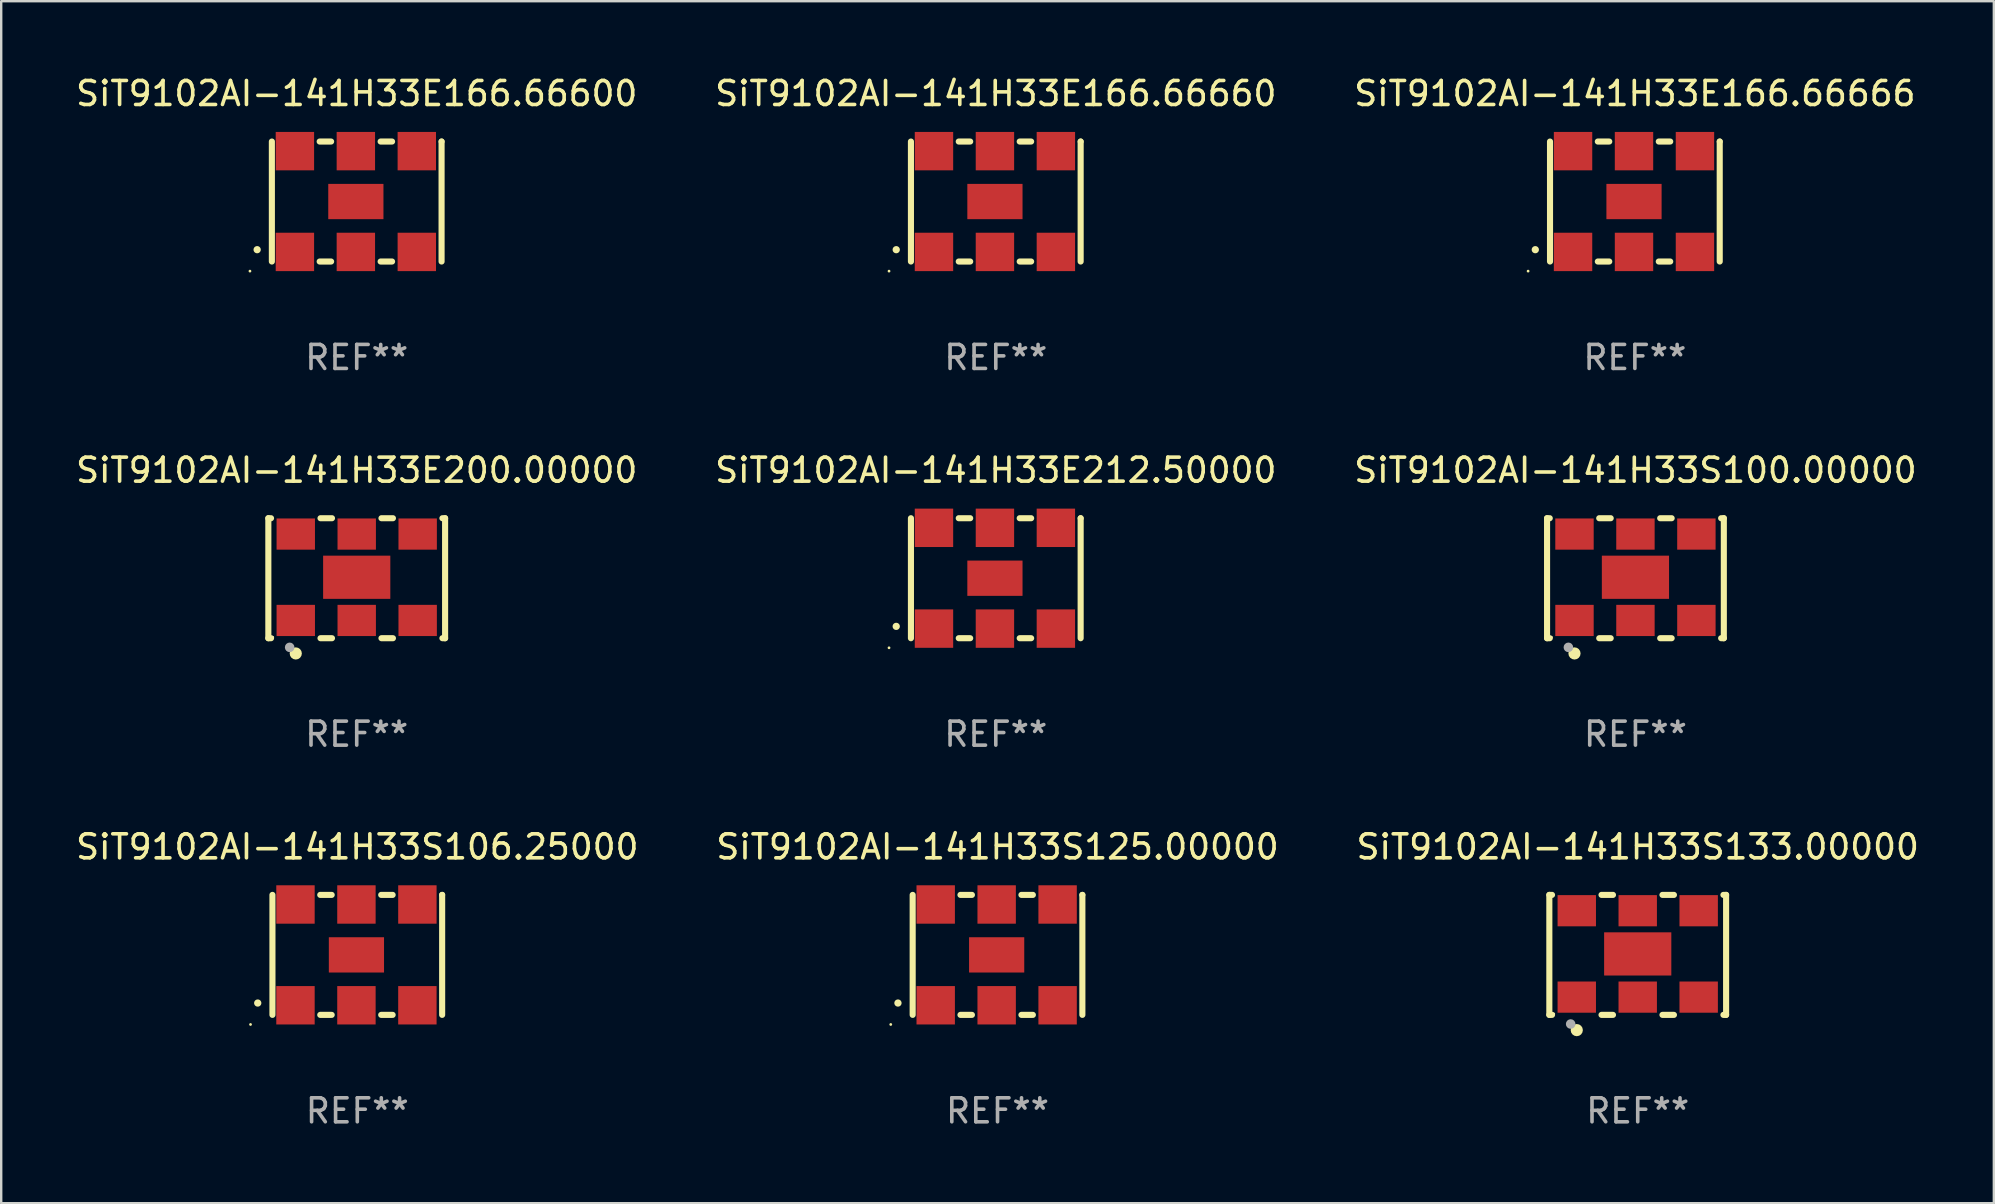
<source format=kicad_pcb>
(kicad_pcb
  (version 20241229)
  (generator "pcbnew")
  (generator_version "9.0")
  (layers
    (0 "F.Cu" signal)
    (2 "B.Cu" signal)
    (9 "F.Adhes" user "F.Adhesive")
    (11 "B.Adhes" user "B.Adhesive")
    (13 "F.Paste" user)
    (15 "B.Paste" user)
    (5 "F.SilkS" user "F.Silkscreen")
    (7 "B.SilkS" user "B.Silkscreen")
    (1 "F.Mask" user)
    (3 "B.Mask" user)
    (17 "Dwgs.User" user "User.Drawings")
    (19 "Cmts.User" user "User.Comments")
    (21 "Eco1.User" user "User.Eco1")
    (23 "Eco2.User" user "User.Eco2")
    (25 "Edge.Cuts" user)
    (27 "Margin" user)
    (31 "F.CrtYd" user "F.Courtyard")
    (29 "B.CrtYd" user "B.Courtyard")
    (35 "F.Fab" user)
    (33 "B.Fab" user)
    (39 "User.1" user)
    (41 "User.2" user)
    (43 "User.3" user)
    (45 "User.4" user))
  (footprint "SiT9102AI-141H33E166.66660"
    (layer "F.Cu")
    (at 38.446 5.348)
    (property "Reference" "SiT9102AI-141H33E166.66660" (at 0 -4.5 0) (layer "F.SilkS") (effects (font (size 1 1) (thickness 0.15))))
    (attr through_hole)
    (fp_line (start -3.536 -2.5) (end -3.536 2.5) (stroke (width 0.254) (type solid)) (layer "F.SilkS"))
    (fp_line (start -1.544 2.5) (end -1.067 2.5) (stroke (width 0.254) (type solid)) (layer "F.SilkS"))
    (fp_line (start -1.067 -2.5) (end -1.544 -2.5) (stroke (width 0.254) (type solid)) (layer "F.SilkS"))
    (fp_line (start 0.996 2.5) (end 1.473 2.5) (stroke (width 0.254) (type solid)) (layer "F.SilkS"))
    (fp_line (start 1.473 -2.5) (end 0.996 -2.5) (stroke (width 0.254) (type solid)) (layer "F.SilkS"))
    (fp_line (start 3.536 -2.5) (end 3.536 -2.5) (stroke (width 0.254) (type solid)) (layer "F.SilkS"))
    (fp_line (start 3.536 2.5) (end 3.536 -2.5) (stroke (width 0.254) (type solid)) (layer "F.SilkS"))
    (fp_arc (start -4.150432 2.006604) (mid -4.149162 2.006599) (end -4.147892 2.006604) (stroke (width 0.3) (type solid)) (layer "F.SilkS"))
    (fp_circle (center -4.449 2.9) (end -4.419 2.9) (stroke (width 0.06) (type solid)) (fill no) (layer "F.SilkS"))
    (fp_text user "REF**" (at 0 6.5 0) (layer "F.Fab") (effects (font (size 1 1) (thickness 0.15))))
    (pad "1" smd rect (at -2.576 2.1) (size 1.6 1.6) (layers "F.Cu" "F.Mask" "F.Paste"))
    (pad "2" smd rect (at -0.036 2.1) (size 1.6 1.6) (layers "F.Cu" "F.Mask" "F.Paste"))
    (pad "3" smd rect (at 2.504 2.1) (size 1.6 1.6) (layers "F.Cu" "F.Mask" "F.Paste"))
    (pad "4" smd rect (at 2.504 -2.1) (size 1.6 1.6) (layers "F.Cu" "F.Mask" "F.Paste"))
    (pad "5" smd rect (at -0.036 -2.1) (size 1.6 1.6) (layers "F.Cu" "F.Mask" "F.Paste"))
    (pad "6" smd rect (at -2.576 -2.1) (size 1.6 1.6) (layers "F.Cu" "F.Mask" "F.Paste"))
    (pad "7" smd rect (at -0.036 0) (size 2.3 1.47) (layers "F.Cu" "F.Mask" "F.Paste")))
  (footprint "SiT9102AI-141H33S133.00000"
    (layer "F.Cu")
    (at 65.196 36.741)
    (property "Reference" "SiT9102AI-141H33S133.00000" (at 0 -4.5 0) (layer "F.SilkS") (effects (font (size 1 1) (thickness 0.15))))
    (attr through_hole)
    (fp_line (start -3.683 -2.5) (end -3.571 -2.5) (stroke (width 0.254) (type solid)) (layer "F.SilkS"))
    (fp_line (start -3.683 2.5) (end -3.683 -2.5) (stroke (width 0.254) (type solid)) (layer "F.SilkS"))
    (fp_line (start -3.683 2.5) (end -3.571 2.5) (stroke (width 0.254) (type solid)) (layer "F.SilkS"))
    (fp_line (start -1.509 -2.5) (end -1.031 -2.5) (stroke (width 0.254) (type solid)) (layer "F.SilkS"))
    (fp_line (start -1.509 2.5) (end -1.031 2.5) (stroke (width 0.254) (type solid)) (layer "F.SilkS"))
    (fp_line (start 1.031 -2.5) (end 1.509 -2.5) (stroke (width 0.254) (type solid)) (layer "F.SilkS"))
    (fp_line (start 1.031 2.5) (end 1.509 2.5) (stroke (width 0.254) (type solid)) (layer "F.SilkS"))
    (fp_line (start 3.571 -2.5) (end 3.683 -2.5) (stroke (width 0.254) (type solid)) (layer "F.SilkS"))
    (fp_line (start 3.571 2.5) (end 3.683 2.5) (stroke (width 0.254) (type solid)) (layer "F.SilkS"))
    (fp_line (start 3.683 2.5) (end 3.683 -2.5) (stroke (width 0.254) (type solid)) (layer "F.SilkS"))
    (fp_circle (center -3.5 2.46) (end -3.47 2.46) (stroke (width 0.06) (type solid)) (fill no) (layer "F.SilkS"))
    (fp_circle (center -2.54 3.135) (end -2.413 3.135) (stroke (width 0.254) (type solid)) (fill no) (layer "F.SilkS"))
    (fp_circle (center -2.794 2.881) (end -2.694 2.881) (stroke (width 0.2) (type solid)) (fill no) (layer "F.Fab"))
    (fp_text user "REF**" (at 0 6.5 0) (layer "F.Fab") (effects (font (size 1 1) (thickness 0.15))))
    (pad "1" smd rect (at -2.54 1.76) (size 1.6 1.3) (layers "F.Cu" "F.Mask" "F.Paste"))
    (pad "2" smd rect (at 0 1.76) (size 1.6 1.3) (layers "F.Cu" "F.Mask" "F.Paste"))
    (pad "3" smd rect (at 2.54 1.76) (size 1.6 1.3) (layers "F.Cu" "F.Mask" "F.Paste"))
    (pad "4" smd rect (at 2.54 -1.84) (size 1.6 1.3) (layers "F.Cu" "F.Mask" "F.Paste"))
    (pad "5" smd rect (at 0 -1.84) (size 1.6 1.3) (layers "F.Cu" "F.Mask" "F.Paste"))
    (pad "6" smd rect (at -2.54 -1.84) (size 1.6 1.3) (layers "F.Cu" "F.Mask" "F.Paste"))
    (pad "7" smd rect (at 0 -0.04) (size 2.8 1.8) (layers "F.Cu" "F.Mask" "F.Paste")))
  (footprint "SiT9102AI-141H33S106.25000"
    (layer "F.Cu")
    (at 11.839 36.741)
    (property "Reference" "SiT9102AI-141H33S106.25000" (at 0 -4.5 0) (layer "F.SilkS") (effects (font (size 1 1) (thickness 0.15))))
    (attr through_hole)
    (fp_line (start -3.536 -2.5) (end -3.536 2.5) (stroke (width 0.254) (type solid)) (layer "F.SilkS"))
    (fp_line (start -1.544 2.5) (end -1.067 2.5) (stroke (width 0.254) (type solid)) (layer "F.SilkS"))
    (fp_line (start -1.067 -2.5) (end -1.544 -2.5) (stroke (width 0.254) (type solid)) (layer "F.SilkS"))
    (fp_line (start 0.996 2.5) (end 1.473 2.5) (stroke (width 0.254) (type solid)) (layer "F.SilkS"))
    (fp_line (start 1.473 -2.5) (end 0.996 -2.5) (stroke (width 0.254) (type solid)) (layer "F.SilkS"))
    (fp_line (start 3.536 -2.5) (end 3.536 -2.5) (stroke (width 0.254) (type solid)) (layer "F.SilkS"))
    (fp_line (start 3.536 2.5) (end 3.536 -2.5) (stroke (width 0.254) (type solid)) (layer "F.SilkS"))
    (fp_arc (start -4.150432 2.006604) (mid -4.149162 2.006599) (end -4.147892 2.006604) (stroke (width 0.3) (type solid)) (layer "F.SilkS"))
    (fp_circle (center -4.449 2.9) (end -4.419 2.9) (stroke (width 0.06) (type solid)) (fill no) (layer "F.SilkS"))
    (fp_text user "REF**" (at 0 6.5 0) (layer "F.Fab") (effects (font (size 1 1) (thickness 0.15))))
    (pad "1" smd rect (at -2.576 2.1) (size 1.6 1.6) (layers "F.Cu" "F.Mask" "F.Paste"))
    (pad "2" smd rect (at -0.036 2.1) (size 1.6 1.6) (layers "F.Cu" "F.Mask" "F.Paste"))
    (pad "3" smd rect (at 2.504 2.1) (size 1.6 1.6) (layers "F.Cu" "F.Mask" "F.Paste"))
    (pad "4" smd rect (at 2.504 -2.1) (size 1.6 1.6) (layers "F.Cu" "F.Mask" "F.Paste"))
    (pad "5" smd rect (at -0.036 -2.1) (size 1.6 1.6) (layers "F.Cu" "F.Mask" "F.Paste"))
    (pad "6" smd rect (at -2.576 -2.1) (size 1.6 1.6) (layers "F.Cu" "F.Mask" "F.Paste"))
    (pad "7" smd rect (at -0.036 0) (size 2.3 1.47) (layers "F.Cu" "F.Mask" "F.Paste")))
  (footprint "SiT9102AI-141H33E212.50000"
    (layer "F.Cu")
    (at 38.446 21.045)
    (property "Reference" "SiT9102AI-141H33E212.50000" (at 0 -4.5 0) (layer "F.SilkS") (effects (font (size 1 1) (thickness 0.15))))
    (attr through_hole)
    (fp_line (start -3.536 -2.5) (end -3.536 2.5) (stroke (width 0.254) (type solid)) (layer "F.SilkS"))
    (fp_line (start -1.544 2.5) (end -1.067 2.5) (stroke (width 0.254) (type solid)) (layer "F.SilkS"))
    (fp_line (start -1.067 -2.5) (end -1.544 -2.5) (stroke (width 0.254) (type solid)) (layer "F.SilkS"))
    (fp_line (start 0.996 2.5) (end 1.473 2.5) (stroke (width 0.254) (type solid)) (layer "F.SilkS"))
    (fp_line (start 1.473 -2.5) (end 0.996 -2.5) (stroke (width 0.254) (type solid)) (layer "F.SilkS"))
    (fp_line (start 3.536 -2.5) (end 3.536 -2.5) (stroke (width 0.254) (type solid)) (layer "F.SilkS"))
    (fp_line (start 3.536 2.5) (end 3.536 -2.5) (stroke (width 0.254) (type solid)) (layer "F.SilkS"))
    (fp_arc (start -4.150432 2.006604) (mid -4.149162 2.006599) (end -4.147892 2.006604) (stroke (width 0.3) (type solid)) (layer "F.SilkS"))
    (fp_circle (center -4.449 2.9) (end -4.419 2.9) (stroke (width 0.06) (type solid)) (fill no) (layer "F.SilkS"))
    (fp_text user "REF**" (at 0 6.5 0) (layer "F.Fab") (effects (font (size 1 1) (thickness 0.15))))
    (pad "1" smd rect (at -2.576 2.1) (size 1.6 1.6) (layers "F.Cu" "F.Mask" "F.Paste"))
    (pad "2" smd rect (at -0.036 2.1) (size 1.6 1.6) (layers "F.Cu" "F.Mask" "F.Paste"))
    (pad "3" smd rect (at 2.504 2.1) (size 1.6 1.6) (layers "F.Cu" "F.Mask" "F.Paste"))
    (pad "4" smd rect (at 2.504 -2.1) (size 1.6 1.6) (layers "F.Cu" "F.Mask" "F.Paste"))
    (pad "5" smd rect (at -0.036 -2.1) (size 1.6 1.6) (layers "F.Cu" "F.Mask" "F.Paste"))
    (pad "6" smd rect (at -2.576 -2.1) (size 1.6 1.6) (layers "F.Cu" "F.Mask" "F.Paste"))
    (pad "7" smd rect (at -0.036 0) (size 2.3 1.47) (layers "F.Cu" "F.Mask" "F.Paste")))
  (footprint "SiT9102AI-141H33S100.00000"
    (layer "F.Cu")
    (at 65.101 21.045)
    (property "Reference" "SiT9102AI-141H33S100.00000" (at 0 -4.5 0) (layer "F.SilkS") (effects (font (size 1 1) (thickness 0.15))))
    (attr through_hole)
    (fp_line (start -3.683 -2.5) (end -3.571 -2.5) (stroke (width 0.254) (type solid)) (layer "F.SilkS"))
    (fp_line (start -3.683 2.5) (end -3.683 -2.5) (stroke (width 0.254) (type solid)) (layer "F.SilkS"))
    (fp_line (start -3.683 2.5) (end -3.571 2.5) (stroke (width 0.254) (type solid)) (layer "F.SilkS"))
    (fp_line (start -1.509 -2.5) (end -1.031 -2.5) (stroke (width 0.254) (type solid)) (layer "F.SilkS"))
    (fp_line (start -1.509 2.5) (end -1.031 2.5) (stroke (width 0.254) (type solid)) (layer "F.SilkS"))
    (fp_line (start 1.031 -2.5) (end 1.509 -2.5) (stroke (width 0.254) (type solid)) (layer "F.SilkS"))
    (fp_line (start 1.031 2.5) (end 1.509 2.5) (stroke (width 0.254) (type solid)) (layer "F.SilkS"))
    (fp_line (start 3.571 -2.5) (end 3.683 -2.5) (stroke (width 0.254) (type solid)) (layer "F.SilkS"))
    (fp_line (start 3.571 2.5) (end 3.683 2.5) (stroke (width 0.254) (type solid)) (layer "F.SilkS"))
    (fp_line (start 3.683 2.5) (end 3.683 -2.5) (stroke (width 0.254) (type solid)) (layer "F.SilkS"))
    (fp_circle (center -3.5 2.46) (end -3.47 2.46) (stroke (width 0.06) (type solid)) (fill no) (layer "F.SilkS"))
    (fp_circle (center -2.54 3.135) (end -2.413 3.135) (stroke (width 0.254) (type solid)) (fill no) (layer "F.SilkS"))
    (fp_circle (center -2.794 2.881) (end -2.694 2.881) (stroke (width 0.2) (type solid)) (fill no) (layer "F.Fab"))
    (fp_text user "REF**" (at 0 6.5 0) (layer "F.Fab") (effects (font (size 1 1) (thickness 0.15))))
    (pad "1" smd rect (at -2.54 1.76) (size 1.6 1.3) (layers "F.Cu" "F.Mask" "F.Paste"))
    (pad "2" smd rect (at 0 1.76) (size 1.6 1.3) (layers "F.Cu" "F.Mask" "F.Paste"))
    (pad "3" smd rect (at 2.54 1.76) (size 1.6 1.3) (layers "F.Cu" "F.Mask" "F.Paste"))
    (pad "4" smd rect (at 2.54 -1.84) (size 1.6 1.3) (layers "F.Cu" "F.Mask" "F.Paste"))
    (pad "5" smd rect (at 0 -1.84) (size 1.6 1.3) (layers "F.Cu" "F.Mask" "F.Paste"))
    (pad "6" smd rect (at -2.54 -1.84) (size 1.6 1.3) (layers "F.Cu" "F.Mask" "F.Paste"))
    (pad "7" smd rect (at 0 -0.04) (size 2.8 1.8) (layers "F.Cu" "F.Mask" "F.Paste")))
  (footprint "SiT9102AI-141H33E166.66600"
    (layer "F.Cu")
    (at 11.815 5.348)
    (property "Reference" "SiT9102AI-141H33E166.66600" (at 0 -4.5 0) (layer "F.SilkS") (effects (font (size 1 1) (thickness 0.15))))
    (attr through_hole)
    (fp_line (start -3.536 -2.5) (end -3.536 2.5) (stroke (width 0.254) (type solid)) (layer "F.SilkS"))
    (fp_line (start -1.544 2.5) (end -1.067 2.5) (stroke (width 0.254) (type solid)) (layer "F.SilkS"))
    (fp_line (start -1.067 -2.5) (end -1.544 -2.5) (stroke (width 0.254) (type solid)) (layer "F.SilkS"))
    (fp_line (start 0.996 2.5) (end 1.473 2.5) (stroke (width 0.254) (type solid)) (layer "F.SilkS"))
    (fp_line (start 1.473 -2.5) (end 0.996 -2.5) (stroke (width 0.254) (type solid)) (layer "F.SilkS"))
    (fp_line (start 3.536 -2.5) (end 3.536 -2.5) (stroke (width 0.254) (type solid)) (layer "F.SilkS"))
    (fp_line (start 3.536 2.5) (end 3.536 -2.5) (stroke (width 0.254) (type solid)) (layer "F.SilkS"))
    (fp_arc (start -4.150432 2.006604) (mid -4.149162 2.006599) (end -4.147892 2.006604) (stroke (width 0.3) (type solid)) (layer "F.SilkS"))
    (fp_circle (center -4.449 2.9) (end -4.419 2.9) (stroke (width 0.06) (type solid)) (fill no) (layer "F.SilkS"))
    (fp_text user "REF**" (at 0 6.5 0) (layer "F.Fab") (effects (font (size 1 1) (thickness 0.15))))
    (pad "1" smd rect (at -2.576 2.1) (size 1.6 1.6) (layers "F.Cu" "F.Mask" "F.Paste"))
    (pad "2" smd rect (at -0.036 2.1) (size 1.6 1.6) (layers "F.Cu" "F.Mask" "F.Paste"))
    (pad "3" smd rect (at 2.504 2.1) (size 1.6 1.6) (layers "F.Cu" "F.Mask" "F.Paste"))
    (pad "4" smd rect (at 2.504 -2.1) (size 1.6 1.6) (layers "F.Cu" "F.Mask" "F.Paste"))
    (pad "5" smd rect (at -0.036 -2.1) (size 1.6 1.6) (layers "F.Cu" "F.Mask" "F.Paste"))
    (pad "6" smd rect (at -2.576 -2.1) (size 1.6 1.6) (layers "F.Cu" "F.Mask" "F.Paste"))
    (pad "7" smd rect (at -0.036 0) (size 2.3 1.47) (layers "F.Cu" "F.Mask" "F.Paste")))
  (footprint "SiT9102AI-141H33E200.00000"
    (layer "F.Cu")
    (at 11.815 21.045)
    (property "Reference" "SiT9102AI-141H33E200.00000" (at 0 -4.5 0) (layer "F.SilkS") (effects (font (size 1 1) (thickness 0.15))))
    (attr through_hole)
    (fp_line (start -3.683 -2.5) (end -3.571 -2.5) (stroke (width 0.254) (type solid)) (layer "F.SilkS"))
    (fp_line (start -3.683 2.5) (end -3.683 -2.5) (stroke (width 0.254) (type solid)) (layer "F.SilkS"))
    (fp_line (start -3.683 2.5) (end -3.571 2.5) (stroke (width 0.254) (type solid)) (layer "F.SilkS"))
    (fp_line (start -1.509 -2.5) (end -1.031 -2.5) (stroke (width 0.254) (type solid)) (layer "F.SilkS"))
    (fp_line (start -1.509 2.5) (end -1.031 2.5) (stroke (width 0.254) (type solid)) (layer "F.SilkS"))
    (fp_line (start 1.031 -2.5) (end 1.509 -2.5) (stroke (width 0.254) (type solid)) (layer "F.SilkS"))
    (fp_line (start 1.031 2.5) (end 1.509 2.5) (stroke (width 0.254) (type solid)) (layer "F.SilkS"))
    (fp_line (start 3.571 -2.5) (end 3.683 -2.5) (stroke (width 0.254) (type solid)) (layer "F.SilkS"))
    (fp_line (start 3.571 2.5) (end 3.683 2.5) (stroke (width 0.254) (type solid)) (layer "F.SilkS"))
    (fp_line (start 3.683 2.5) (end 3.683 -2.5) (stroke (width 0.254) (type solid)) (layer "F.SilkS"))
    (fp_circle (center -3.5 2.46) (end -3.47 2.46) (stroke (width 0.06) (type solid)) (fill no) (layer "F.SilkS"))
    (fp_circle (center -2.54 3.135) (end -2.413 3.135) (stroke (width 0.254) (type solid)) (fill no) (layer "F.SilkS"))
    (fp_circle (center -2.794 2.881) (end -2.694 2.881) (stroke (width 0.2) (type solid)) (fill no) (layer "F.Fab"))
    (fp_text user "REF**" (at 0 6.5 0) (layer "F.Fab") (effects (font (size 1 1) (thickness 0.15))))
    (pad "1" smd rect (at -2.54 1.76) (size 1.6 1.3) (layers "F.Cu" "F.Mask" "F.Paste"))
    (pad "2" smd rect (at 0 1.76) (size 1.6 1.3) (layers "F.Cu" "F.Mask" "F.Paste"))
    (pad "3" smd rect (at 2.54 1.76) (size 1.6 1.3) (layers "F.Cu" "F.Mask" "F.Paste"))
    (pad "4" smd rect (at 2.54 -1.84) (size 1.6 1.3) (layers "F.Cu" "F.Mask" "F.Paste"))
    (pad "5" smd rect (at 0 -1.84) (size 1.6 1.3) (layers "F.Cu" "F.Mask" "F.Paste"))
    (pad "6" smd rect (at -2.54 -1.84) (size 1.6 1.3) (layers "F.Cu" "F.Mask" "F.Paste"))
    (pad "7" smd rect (at 0 -0.04) (size 2.8 1.8) (layers "F.Cu" "F.Mask" "F.Paste")))
  (footprint "SiT9102AI-141H33S125.00000"
    (layer "F.Cu")
    (at 38.518 36.741)
    (property "Reference" "SiT9102AI-141H33S125.00000" (at 0 -4.5 0) (layer "F.SilkS") (effects (font (size 1 1) (thickness 0.15))))
    (attr through_hole)
    (fp_line (start -3.536 -2.5) (end -3.536 2.5) (stroke (width 0.254) (type solid)) (layer "F.SilkS"))
    (fp_line (start -1.544 2.5) (end -1.067 2.5) (stroke (width 0.254) (type solid)) (layer "F.SilkS"))
    (fp_line (start -1.067 -2.5) (end -1.544 -2.5) (stroke (width 0.254) (type solid)) (layer "F.SilkS"))
    (fp_line (start 0.996 2.5) (end 1.473 2.5) (stroke (width 0.254) (type solid)) (layer "F.SilkS"))
    (fp_line (start 1.473 -2.5) (end 0.996 -2.5) (stroke (width 0.254) (type solid)) (layer "F.SilkS"))
    (fp_line (start 3.536 -2.5) (end 3.536 -2.5) (stroke (width 0.254) (type solid)) (layer "F.SilkS"))
    (fp_line (start 3.536 2.5) (end 3.536 -2.5) (stroke (width 0.254) (type solid)) (layer "F.SilkS"))
    (fp_arc (start -4.150432 2.006604) (mid -4.149162 2.006599) (end -4.147892 2.006604) (stroke (width 0.3) (type solid)) (layer "F.SilkS"))
    (fp_circle (center -4.449 2.9) (end -4.419 2.9) (stroke (width 0.06) (type solid)) (fill no) (layer "F.SilkS"))
    (fp_text user "REF**" (at 0 6.5 0) (layer "F.Fab") (effects (font (size 1 1) (thickness 0.15))))
    (pad "1" smd rect (at -2.576 2.1) (size 1.6 1.6) (layers "F.Cu" "F.Mask" "F.Paste"))
    (pad "2" smd rect (at -0.036 2.1) (size 1.6 1.6) (layers "F.Cu" "F.Mask" "F.Paste"))
    (pad "3" smd rect (at 2.504 2.1) (size 1.6 1.6) (layers "F.Cu" "F.Mask" "F.Paste"))
    (pad "4" smd rect (at 2.504 -2.1) (size 1.6 1.6) (layers "F.Cu" "F.Mask" "F.Paste"))
    (pad "5" smd rect (at -0.036 -2.1) (size 1.6 1.6) (layers "F.Cu" "F.Mask" "F.Paste"))
    (pad "6" smd rect (at -2.576 -2.1) (size 1.6 1.6) (layers "F.Cu" "F.Mask" "F.Paste"))
    (pad "7" smd rect (at -0.036 0) (size 2.3 1.47) (layers "F.Cu" "F.Mask" "F.Paste")))
  (footprint "SiT9102AI-141H33E166.66666"
    (layer "F.Cu")
    (at 65.077 5.348)
    (property "Reference" "SiT9102AI-141H33E166.66666" (at 0 -4.5 0) (layer "F.SilkS") (effects (font (size 1 1) (thickness 0.15))))
    (attr through_hole)
    (fp_line (start -3.536 -2.5) (end -3.536 2.5) (stroke (width 0.254) (type solid)) (layer "F.SilkS"))
    (fp_line (start -1.544 2.5) (end -1.067 2.5) (stroke (width 0.254) (type solid)) (layer "F.SilkS"))
    (fp_line (start -1.067 -2.5) (end -1.544 -2.5) (stroke (width 0.254) (type solid)) (layer "F.SilkS"))
    (fp_line (start 0.996 2.5) (end 1.473 2.5) (stroke (width 0.254) (type solid)) (layer "F.SilkS"))
    (fp_line (start 1.473 -2.5) (end 0.996 -2.5) (stroke (width 0.254) (type solid)) (layer "F.SilkS"))
    (fp_line (start 3.536 -2.5) (end 3.536 -2.5) (stroke (width 0.254) (type solid)) (layer "F.SilkS"))
    (fp_line (start 3.536 2.5) (end 3.536 -2.5) (stroke (width 0.254) (type solid)) (layer "F.SilkS"))
    (fp_arc (start -4.150432 2.006604) (mid -4.149162 2.006599) (end -4.147892 2.006604) (stroke (width 0.3) (type solid)) (layer "F.SilkS"))
    (fp_circle (center -4.449 2.9) (end -4.419 2.9) (stroke (width 0.06) (type solid)) (fill no) (layer "F.SilkS"))
    (fp_text user "REF**" (at 0 6.5 0) (layer "F.Fab") (effects (font (size 1 1) (thickness 0.15))))
    (pad "1" smd rect (at -2.576 2.1) (size 1.6 1.6) (layers "F.Cu" "F.Mask" "F.Paste"))
    (pad "2" smd rect (at -0.036 2.1) (size 1.6 1.6) (layers "F.Cu" "F.Mask" "F.Paste"))
    (pad "3" smd rect (at 2.504 2.1) (size 1.6 1.6) (layers "F.Cu" "F.Mask" "F.Paste"))
    (pad "4" smd rect (at 2.504 -2.1) (size 1.6 1.6) (layers "F.Cu" "F.Mask" "F.Paste"))
    (pad "5" smd rect (at -0.036 -2.1) (size 1.6 1.6) (layers "F.Cu" "F.Mask" "F.Paste"))
    (pad "6" smd rect (at -2.576 -2.1) (size 1.6 1.6) (layers "F.Cu" "F.Mask" "F.Paste"))
    (pad "7" smd rect (at -0.036 0) (size 2.3 1.47) (layers "F.Cu" "F.Mask" "F.Paste")))
  (gr_rect
    (start -3 -3)
    (end 80.036 47.09)
    (stroke (width 0.1) (type default))
    (fill no)
    (layer "Edge.Cuts")))
</source>
